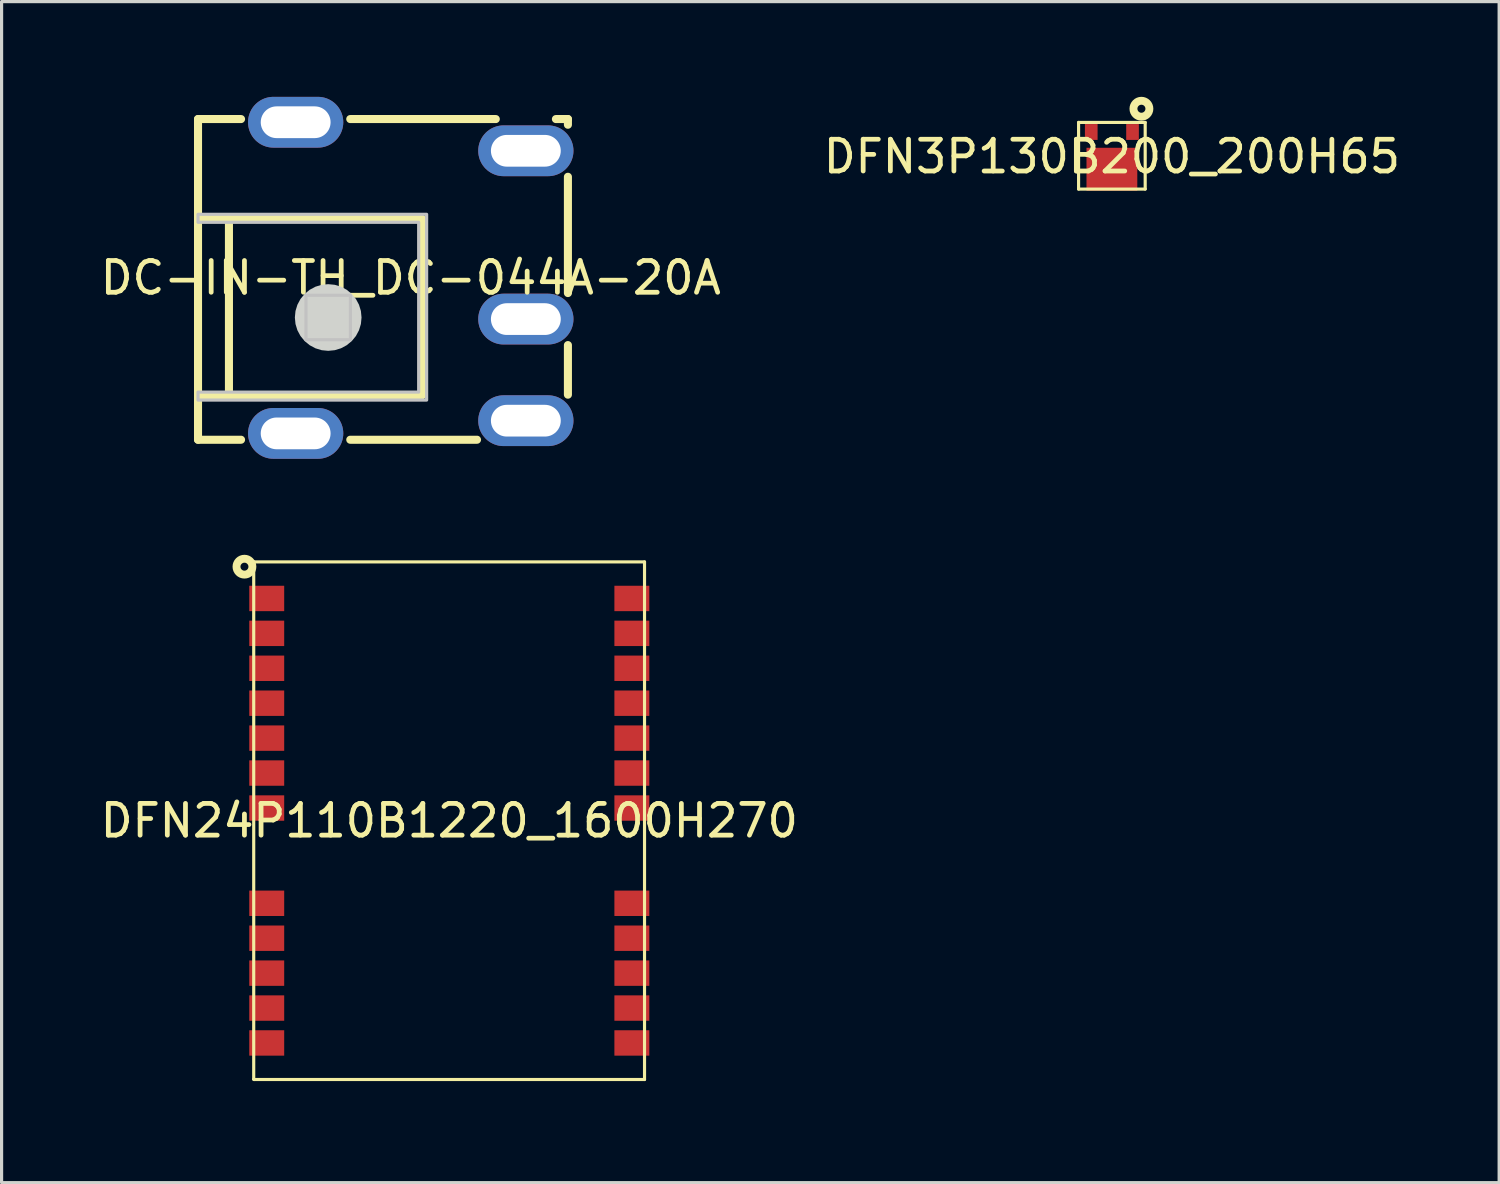
<source format=kicad_pcb>
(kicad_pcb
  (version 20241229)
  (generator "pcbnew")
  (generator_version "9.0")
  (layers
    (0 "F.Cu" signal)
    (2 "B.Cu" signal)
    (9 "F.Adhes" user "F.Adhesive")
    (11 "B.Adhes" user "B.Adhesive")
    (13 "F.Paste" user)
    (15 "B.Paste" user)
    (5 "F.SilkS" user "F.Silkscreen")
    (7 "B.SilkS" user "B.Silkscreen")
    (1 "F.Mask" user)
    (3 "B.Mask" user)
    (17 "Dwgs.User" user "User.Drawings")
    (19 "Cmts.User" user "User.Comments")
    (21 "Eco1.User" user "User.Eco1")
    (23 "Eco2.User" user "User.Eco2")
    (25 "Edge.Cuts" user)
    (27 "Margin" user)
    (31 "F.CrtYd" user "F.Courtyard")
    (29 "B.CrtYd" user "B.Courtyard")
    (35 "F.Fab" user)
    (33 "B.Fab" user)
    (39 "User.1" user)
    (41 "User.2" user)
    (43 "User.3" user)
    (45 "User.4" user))
  (footprint "DC-IN-TH_DC-044A-20A"
    (layer "F.Cu")
    (at 9.887 5.7)
    (property "Reference" "DC-IN-TH_DC-044A-20A" (at 0 0 0) (layer "F.SilkS") (effects (font (size 1 1) (thickness 0.15))))
    (fp_line (start -6.7 -5) (end -6.7 5.1) (stroke (width 0.254) (type default)) (layer "F.SilkS"))
    (fp_line (start -6.7 5.1) (end -5.345 5.1) (stroke (width 0.254) (type default)) (layer "F.SilkS"))
    (fp_line (start -6.45 -1.85) (end -6.7 -1.85) (stroke (width 0.254) (type default)) (layer "F.SilkS"))
    (fp_line (start -6.45 -1.85) (end 0.35 -1.85) (stroke (width 0.254) (type default)) (layer "F.SilkS"))
    (fp_line (start -5.726 -1.85) (end -5.726 3.7) (stroke (width 0.254) (type default)) (layer "F.SilkS"))
    (fp_line (start -5.345 -5) (end -6.7 -5) (stroke (width 0.254) (type default)) (layer "F.SilkS"))
    (fp_line (start -1.905 5.1) (end 2.087 5.1) (stroke (width 0.254) (type default)) (layer "F.SilkS"))
    (fp_line (start 0.35 -1.85) (end 0.35 3.7) (stroke (width 0.254) (type default)) (layer "F.SilkS"))
    (fp_line (start 0.35 3.7) (end -6.7 3.7) (stroke (width 0.254) (type default)) (layer "F.SilkS"))
    (fp_line (start 2.678 -5) (end -1.905 -5) (stroke (width 0.254) (type default)) (layer "F.SilkS"))
    (fp_line (start 4.95 -5) (end 4.572 -5) (stroke (width 0.254) (type default)) (layer "F.SilkS"))
    (fp_line (start 4.95 -5) (end 4.95 -4.821) (stroke (width 0.254) (type default)) (layer "F.SilkS"))
    (fp_line (start 4.95 -3.182) (end 4.95 0.48) (stroke (width 0.254) (type default)) (layer "F.SilkS"))
    (fp_line (start 4.95 2.119) (end 4.95 3.681) (stroke (width 0.254) (type default)) (layer "F.SilkS"))
    (fp_poly (pts (xy -3.3 1.95) (xy -3.3 0.55) (xy -1.9 0.55) (xy -1.9 1.95)) (stroke (width 0.1) (type default)) (fill no) (layer "Dwgs.User"))
    (fp_poly (pts (xy -6.7 3.85) (xy -6.7 3.6) (xy 0.25 3.6) (xy 0.25 -1.75) (xy -6.7 -1.75) (xy -6.7 -2) (xy 0.5 -2) (xy 0.5 3.85)) (stroke (width 0.1) (type default)) (fill no) (layer "Dwgs.User"))
    (fp_poly (pts (xy -1.55 1.25) (xy -1.57 1.045) (xy -1.63 0.848) (xy -1.727 0.667) (xy -1.858 0.508) (xy -2.017 0.377) (xy -2.198 0.28) (xy -2.395 0.22) (xy -2.6 0.2) (xy -2.805 0.22) (xy -3.002 0.28) (xy -3.183 0.377) (xy -3.342 0.508) (xy -3.473 0.667) (xy -3.57 0.848) (xy -3.63 1.045) (xy -3.65 1.25) (xy -3.63 1.455) (xy -3.57 1.652) (xy -3.473 1.833) (xy -3.342 1.992) (xy -3.183 2.123) (xy -3.002 2.22) (xy -2.805 2.28) (xy -2.6 2.3) (xy -2.395 2.28) (xy -2.198 2.22) (xy -2.017 2.123) (xy -1.858 1.992) (xy -1.727 1.833) (xy -1.63 1.652) (xy -1.57 1.455)) (stroke (width 0) (type default)) (fill yes) (layer "Edge.Cuts"))
    (fp_poly (pts (xy -2.725 -5.05) (xy -2.725 -4.75) (xy -4.525 -4.75) (xy -4.525 -5.05)) (stroke (width 0.1) (type default)) (fill no) (layer "User.1"))
    (fp_poly (pts (xy -2.725 4.75) (xy -2.725 5.05) (xy -4.525 5.05) (xy -4.525 4.75)) (stroke (width 0.1) (type default)) (fill no) (layer "User.1"))
    (fp_poly (pts (xy 4.325 -4.151) (xy 4.325 -3.851) (xy 2.925 -3.851) (xy 2.925 -4.151)) (stroke (width 0.1) (type default)) (fill no) (layer "User.1"))
    (fp_poly (pts (xy 4.325 1.15) (xy 4.325 1.45) (xy 2.925 1.45) (xy 2.925 1.15)) (stroke (width 0.1) (type default)) (fill no) (layer "User.1"))
    (fp_poly (pts (xy 4.325 4.351) (xy 4.325 4.651) (xy 2.925 4.651) (xy 2.925 4.351)) (stroke (width 0.1) (type default)) (fill no) (layer "User.1"))
    (fp_line (start -6.675 -5) (end 4.925 -5) (stroke (width 0.051) (type default)) (layer "User.2"))
    (fp_line (start -6.675 5.1) (end -6.675 -5) (stroke (width 0.051) (type default)) (layer "User.2"))
    (fp_line (start 4.925 -5) (end 4.925 5.1) (stroke (width 0.051) (type default)) (layer "User.2"))
    (fp_line (start 4.925 5.1) (end -6.675 5.1) (stroke (width 0.051) (type default)) (layer "User.2"))
    (fp_poly (pts (xy 4.985 5.1) (xy 4.967 5.058) (xy 4.925 5.04) (xy 4.883 5.058) (xy 4.865 5.1) (xy 4.883 5.142) (xy 4.925 5.16) (xy 4.967 5.142)) (stroke (width 0.1) (type default)) (fill no) (layer "User.3"))
    (pad "1" thru_hole oval (at 3.625 4.5 90) (size 1.6 3) (drill oval 1 2.2) (layers "*.Cu" "*.Mask"))
    (pad "2" thru_hole oval (at 3.625 -4.001 90) (size 1.6 3) (drill oval 1 2.2) (layers "*.Cu" "*.Mask"))
    (pad "3" thru_hole oval (at 3.625 1.3 90) (size 1.6 3) (drill oval 1 2.2) (layers "*.Cu" "*.Mask"))
    (pad "4" thru_hole oval (at -3.625 4.9 90) (size 1.6 3) (drill oval 1 2.2) (layers "*.Cu" "*.Mask"))
    (pad "5" thru_hole oval (at -3.625 -4.9 90) (size 1.6 3) (drill oval 1 2.2) (layers "*.Cu" "*.Mask")))
  (footprint "DFN24P110B1220_1600H270"
    (layer "F.Cu")
    (at 11.101 22.799)
    (property "Reference" "DFN24P110B1220_1600H270" (at 0 0 0) (layer "F.SilkS") (effects (font (size 1 1) (thickness 0.15))))
    (fp_line (start -6.16 -8.151) (end -6.16 8.14) (stroke (width 0.099) (type default)) (layer "F.SilkS"))
    (fp_line (start -6.149 8.151) (end -6.16 8.14) (stroke (width 0.099) (type default)) (layer "F.SilkS"))
    (fp_line (start 6.149 -8.151) (end -6.149 -8.151) (stroke (width 0.099) (type default)) (layer "F.SilkS"))
    (fp_line (start 6.149 -8.151) (end 6.149 8.151) (stroke (width 0.099) (type default)) (layer "F.SilkS"))
    (fp_line (start 6.149 8.151) (end -6.149 8.151) (stroke (width 0.099) (type default)) (layer "F.SilkS"))
    (fp_circle (center -6.452 -8.001) (end -6.202 -8.001) (stroke (width 0.249) (type default)) (fill no) (layer "F.SilkS"))
    (fp_line (start -6.5 -8.349) (end -6.5 8.349) (stroke (width 0.025) (type default)) (layer "User.1"))
    (fp_line (start 6.5 -8.349) (end -6.5 -8.349) (stroke (width 0.025) (type default)) (layer "User.1"))
    (fp_line (start 6.5 -8.349) (end 6.5 8.349) (stroke (width 0.025) (type default)) (layer "User.1"))
    (fp_line (start 6.5 8.349) (end -6.5 8.349) (stroke (width 0.025) (type default)) (layer "User.1"))
    (fp_poly (pts (xy -6.149 -8.151) (xy -6.149 8.151) (xy 6.149 8.151) (xy 6.149 -8.151)) (stroke (width 0.1) (type default)) (fill no) (layer "User.1"))
    (fp_poly (pts (xy -6.149 -8.151) (xy -6.149 8.151) (xy 6.149 8.151) (xy 6.149 -8.151)) (stroke (width 0.1) (type default)) (fill no) (layer "User.1"))
    (fp_poly (pts (xy -6.139 -8.349) (xy 6.5 -8.349) (xy 6.5 8.349) (xy -6.5 8.349) (xy -6.5 -8.349) (xy -6.17 -8.349) (xy -6.17 8.171) (xy 6.17 8.171) (xy 6.17 -8.171) (xy -6.139 -8.171)) (stroke (width 0.1) (type default)) (fill no) (layer "User.1"))
    (fp_poly (pts (xy -6.139 -8.349) (xy 6.5 -8.349) (xy 6.5 8.349) (xy -6.5 8.349) (xy -6.5 -8.349) (xy -6.17 -8.349) (xy -6.17 8.171) (xy 6.17 8.171) (xy 6.17 -8.171) (xy -6.139 -8.171)) (stroke (width 0.1) (type default)) (fill no) (layer "User.1"))
    (pad "1" smd rect (at -5.75 -7 180) (size 1.1 0.8) (layers "F.Cu" "F.Mask" "F.Paste"))
    (pad "2" smd rect (at -5.75 -5.901 180) (size 1.1 0.8) (layers "F.Cu" "F.Mask" "F.Paste"))
    (pad "3" smd rect (at -5.75 -4.801 180) (size 1.1 0.8) (layers "F.Cu" "F.Mask" "F.Paste"))
    (pad "4" smd rect (at -5.75 -3.701 180) (size 1.1 0.8) (layers "F.Cu" "F.Mask" "F.Paste"))
    (pad "5" smd rect (at -5.75 -2.601 180) (size 1.1 0.8) (layers "F.Cu" "F.Mask" "F.Paste"))
    (pad "6" smd rect (at -5.75 -1.501 180) (size 1.1 0.8) (layers "F.Cu" "F.Mask" "F.Paste"))
    (pad "7" smd rect (at -5.75 -0.399 180) (size 1.1 0.8) (layers "F.Cu" "F.Mask" "F.Paste"))
    (pad "8" smd rect (at -5.75 2.601 180) (size 1.1 0.8) (layers "F.Cu" "F.Mask" "F.Paste"))
    (pad "9" smd rect (at -5.75 3.701 180) (size 1.1 0.8) (layers "F.Cu" "F.Mask" "F.Paste"))
    (pad "10" smd rect (at -5.75 4.801 180) (size 1.1 0.8) (layers "F.Cu" "F.Mask" "F.Paste"))
    (pad "11" smd rect (at -5.75 5.901 180) (size 1.1 0.8) (layers "F.Cu" "F.Mask" "F.Paste"))
    (pad "12" smd rect (at -5.75 7 180) (size 1.1 0.8) (layers "F.Cu" "F.Mask" "F.Paste"))
    (pad "13" smd rect (at 5.75 7 180) (size 1.1 0.8) (layers "F.Cu" "F.Mask" "F.Paste"))
    (pad "14" smd rect (at 5.75 5.901 180) (size 1.1 0.8) (layers "F.Cu" "F.Mask" "F.Paste"))
    (pad "15" smd rect (at 5.75 4.801 180) (size 1.1 0.8) (layers "F.Cu" "F.Mask" "F.Paste"))
    (pad "16" smd rect (at 5.75 3.701 180) (size 1.1 0.8) (layers "F.Cu" "F.Mask" "F.Paste"))
    (pad "17" smd rect (at 5.75 2.601 180) (size 1.1 0.8) (layers "F.Cu" "F.Mask" "F.Paste"))
    (pad "18" smd rect (at 5.75 -0.399 180) (size 1.1 0.8) (layers "F.Cu" "F.Mask" "F.Paste"))
    (pad "19" smd rect (at 5.75 -1.501 180) (size 1.1 0.8) (layers "F.Cu" "F.Mask" "F.Paste"))
    (pad "20" smd rect (at 5.75 -2.601 180) (size 1.1 0.8) (layers "F.Cu" "F.Mask" "F.Paste"))
    (pad "21" smd rect (at 5.75 -3.701 180) (size 1.1 0.8) (layers "F.Cu" "F.Mask" "F.Paste"))
    (pad "22" smd rect (at 5.75 -4.801 180) (size 1.1 0.8) (layers "F.Cu" "F.Mask" "F.Paste"))
    (pad "23" smd rect (at 5.75 -5.901 180) (size 1.1 0.8) (layers "F.Cu" "F.Mask" "F.Paste"))
    (pad "24" smd rect (at 5.75 -7 180) (size 1.1 0.8) (layers "F.Cu" "F.Mask" "F.Paste")))
  (footprint "DFN3P130B200_200H65"
    (layer "F.Cu")
    (at 31.97 1.881)
    (property "Reference" "DFN3P130B200_200H65" (at 0 0 0) (layer "F.SilkS") (effects (font (size 1 1) (thickness 0.15))))
    (fp_line (start -1.049 -1.075) (end -1.049 1.024) (stroke (width 0.099) (type default)) (layer "F.SilkS"))
    (fp_line (start 1.049 -1.075) (end -1.049 -1.075) (stroke (width 0.099) (type default)) (layer "F.SilkS"))
    (fp_line (start 1.049 -1.075) (end 1.049 1.024) (stroke (width 0.099) (type default)) (layer "F.SilkS"))
    (fp_line (start 1.049 1.024) (end -1.049 1.024) (stroke (width 0.099) (type default)) (layer "F.SilkS"))
    (fp_circle (center 0.93 -1.506) (end 1.181 -1.506) (stroke (width 0.249) (type default)) (fill no) (layer "F.SilkS"))
    (fp_line (start -1.25 -1.275) (end -1.25 1.275) (stroke (width 0.025) (type default)) (layer "User.1"))
    (fp_line (start 1.25 -1.275) (end -1.25 -1.275) (stroke (width 0.025) (type default)) (layer "User.1"))
    (fp_line (start 1.25 -1.275) (end 1.25 1.275) (stroke (width 0.025) (type default)) (layer "User.1"))
    (fp_line (start 1.25 1.275) (end -1.25 1.275) (stroke (width 0.025) (type default)) (layer "User.1"))
    (fp_poly (pts (xy 1.049 1.024) (xy 1.049 -1.075) (xy -1.049 -1.075) (xy -1.049 1.024)) (stroke (width 0.1) (type default)) (fill no) (layer "User.1"))
    (fp_poly (pts (xy 1.049 1.024) (xy 1.049 -1.075) (xy -1.049 -1.075) (xy -1.049 1.024)) (stroke (width 0.1) (type default)) (fill no) (layer "User.1"))
    (fp_poly (pts (xy -1.25 1.275) (xy -1.25 -1.065) (xy -1.049 -1.065) (xy -1.049 1.024) (xy 1.049 1.024) (xy 1.049 -1.075) (xy -1.25 -1.075) (xy -1.25 -1.275) (xy 1.25 -1.275) (xy 1.25 1.275)) (stroke (width 0.1) (type default)) (fill no) (layer "User.1"))
    (fp_poly (pts (xy -1.25 1.275) (xy -1.25 -1.065) (xy -1.049 -1.065) (xy -1.049 1.024) (xy 1.049 1.024) (xy 1.049 -1.075) (xy -1.25 -1.075) (xy -1.25 -1.275) (xy 1.25 -1.275) (xy 1.25 1.275)) (stroke (width 0.1) (type default)) (fill no) (layer "User.1"))
    (pad "1" smd rect (at 0.65 -0.774 180) (size 0.399 0.5) (layers "F.Cu" "F.Mask" "F.Paste"))
    (pad "2" smd rect (at -0.65 -0.774 180) (size 0.399 0.5) (layers "F.Cu" "F.Mask" "F.Paste"))
    (pad "3" smd rect (at 0 0.399 180) (size 1.6 1.351) (layers "F.Cu" "F.Mask" "F.Paste")))
  (gr_rect
    (start -3 -3)
    (end 44.167 34.198)
    (stroke (width 0.1) (type default))
    (fill no)
    (layer "Edge.Cuts")))
</source>
